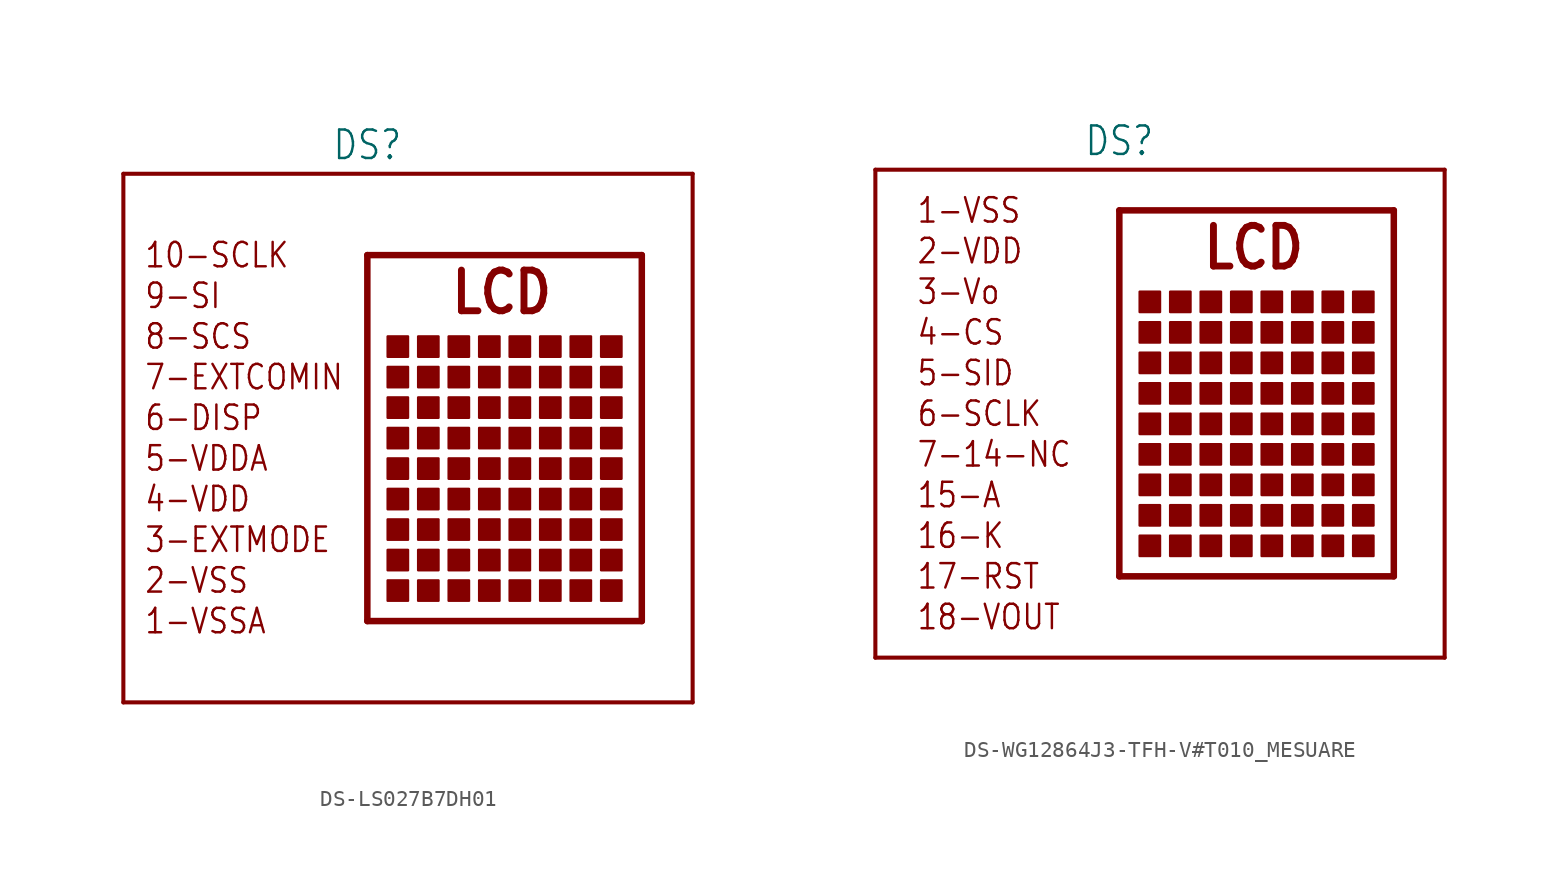
<source format=kicad_sym>
(kicad_symbol_lib
  (version 20231120)
  (generator "kicad_symbol_editor")
  (generator_version "8.0")
  (symbol "DS-LS027B7DH01"
    (property "Reference" "DS"
      (at 0 18.542 0)
      (effects (font (size 1.778 1.511)) (justify bottom)))
    (property "Value" ""
      (at 0 -16.002 0)
      (effects (font (size 1.778 1.511)) (justify top)))
    (property "ki_locked" ""
      (at 0 0 0)
      (effects (font (size 1.27 1.27))))
    (symbol "DS-LS027B7DH01_1_0"
      (polyline (pts (xy -15.24 -15.24) (xy -15.24 17.78)) (stroke (width 0.254) (type solid)) (fill (type none)))
      (polyline (pts (xy -15.24 17.78) (xy 20.32 17.78)) (stroke (width 0.254) (type solid)) (fill (type none)))
      (polyline (pts (xy 0 -10.16) (xy 17.145 -10.16)) (stroke (width 0.406) (type solid)) (fill (type none)))
      (polyline (pts (xy 0 12.7) (xy 0 -10.16)) (stroke (width 0.406) (type solid)) (fill (type none)))
      (polyline (pts (xy 17.145 -10.16) (xy 17.145 12.7)) (stroke (width 0.406) (type solid)) (fill (type none)))
      (polyline (pts (xy 17.145 12.7) (xy 0 12.7)) (stroke (width 0.406) (type solid)) (fill (type none)))
      (polyline (pts (xy 20.32 -15.24) (xy -15.24 -15.24)) (stroke (width 0.254) (type solid)) (fill (type none)))
      (polyline (pts (xy 20.32 17.78) (xy 20.32 -15.24)) (stroke (width 0.254) (type solid)) (fill (type none)))
      (rectangle (start 1.27 -8.89) (end 2.54 -7.62) (stroke (width 0) (type default)) (fill (type outline)))
      (rectangle (start 1.27 -6.985) (end 2.54 -5.715) (stroke (width 0) (type default)) (fill (type outline)))
      (rectangle (start 1.27 -5.08) (end 2.54 -3.81) (stroke (width 0) (type default)) (fill (type outline)))
      (rectangle (start 1.27 -3.175) (end 2.54 -1.905) (stroke (width 0) (type default)) (fill (type outline)))
      (rectangle (start 1.27 -1.27) (end 2.54 0) (stroke (width 0) (type default)) (fill (type outline)))
      (rectangle (start 1.27 0.635) (end 2.54 1.905) (stroke (width 0) (type default)) (fill (type outline)))
      (rectangle (start 1.27 2.54) (end 2.54 3.81) (stroke (width 0) (type default)) (fill (type outline)))
      (rectangle (start 1.27 4.445) (end 2.54 5.715) (stroke (width 0) (type default)) (fill (type outline)))
      (rectangle (start 1.27 6.35) (end 2.54 7.62) (stroke (width 0) (type default)) (fill (type outline)))
      (rectangle (start 3.175 -8.89) (end 4.445 -7.62) (stroke (width 0) (type default)) (fill (type outline)))
      (rectangle (start 3.175 -6.985) (end 4.445 -5.715) (stroke (width 0) (type default)) (fill (type outline)))
      (rectangle (start 3.175 -5.08) (end 4.445 -3.81) (stroke (width 0) (type default)) (fill (type outline)))
      (rectangle (start 3.175 -3.175) (end 4.445 -1.905) (stroke (width 0) (type default)) (fill (type outline)))
      (rectangle (start 3.175 -1.27) (end 4.445 0) (stroke (width 0) (type default)) (fill (type outline)))
      (rectangle (start 3.175 0.635) (end 4.445 1.905) (stroke (width 0) (type default)) (fill (type outline)))
      (rectangle (start 3.175 2.54) (end 4.445 3.81) (stroke (width 0) (type default)) (fill (type outline)))
      (rectangle (start 3.175 4.445) (end 4.445 5.715) (stroke (width 0) (type default)) (fill (type outline)))
      (rectangle (start 3.175 6.35) (end 4.445 7.62) (stroke (width 0) (type default)) (fill (type outline)))
      (rectangle (start 5.08 -8.89) (end 6.35 -7.62) (stroke (width 0) (type default)) (fill (type outline)))
      (rectangle (start 5.08 -6.985) (end 6.35 -5.715) (stroke (width 0) (type default)) (fill (type outline)))
      (rectangle (start 5.08 -5.08) (end 6.35 -3.81) (stroke (width 0) (type default)) (fill (type outline)))
      (rectangle (start 5.08 -3.175) (end 6.35 -1.905) (stroke (width 0) (type default)) (fill (type outline)))
      (rectangle (start 5.08 -1.27) (end 6.35 0) (stroke (width 0) (type default)) (fill (type outline)))
      (rectangle (start 5.08 0.635) (end 6.35 1.905) (stroke (width 0) (type default)) (fill (type outline)))
      (rectangle (start 5.08 2.54) (end 6.35 3.81) (stroke (width 0) (type default)) (fill (type outline)))
      (rectangle (start 5.08 4.445) (end 6.35 5.715) (stroke (width 0) (type default)) (fill (type outline)))
      (rectangle (start 5.08 6.35) (end 6.35 7.62) (stroke (width 0) (type default)) (fill (type outline)))
      (rectangle (start 6.985 -8.89) (end 8.255 -7.62) (stroke (width 0) (type default)) (fill (type outline)))
      (rectangle (start 6.985 -6.985) (end 8.255 -5.715) (stroke (width 0) (type default)) (fill (type outline)))
      (rectangle (start 6.985 -5.08) (end 8.255 -3.81) (stroke (width 0) (type default)) (fill (type outline)))
      (rectangle (start 6.985 -3.175) (end 8.255 -1.905) (stroke (width 0) (type default)) (fill (type outline)))
      (rectangle (start 6.985 -1.27) (end 8.255 0) (stroke (width 0) (type default)) (fill (type outline)))
      (rectangle (start 6.985 0.635) (end 8.255 1.905) (stroke (width 0) (type default)) (fill (type outline)))
      (rectangle (start 6.985 2.54) (end 8.255 3.81) (stroke (width 0) (type default)) (fill (type outline)))
      (rectangle (start 6.985 4.445) (end 8.255 5.715) (stroke (width 0) (type default)) (fill (type outline)))
      (rectangle (start 6.985 6.35) (end 8.255 7.62) (stroke (width 0) (type default)) (fill (type outline)))
      (rectangle (start 8.89 -8.89) (end 10.16 -7.62) (stroke (width 0) (type default)) (fill (type outline)))
      (rectangle (start 8.89 -6.985) (end 10.16 -5.715) (stroke (width 0) (type default)) (fill (type outline)))
      (rectangle (start 8.89 -5.08) (end 10.16 -3.81) (stroke (width 0) (type default)) (fill (type outline)))
      (rectangle (start 8.89 -3.175) (end 10.16 -1.905) (stroke (width 0) (type default)) (fill (type outline)))
      (rectangle (start 8.89 -1.27) (end 10.16 0) (stroke (width 0) (type default)) (fill (type outline)))
      (rectangle (start 8.89 0.635) (end 10.16 1.905) (stroke (width 0) (type default)) (fill (type outline)))
      (rectangle (start 8.89 2.54) (end 10.16 3.81) (stroke (width 0) (type default)) (fill (type outline)))
      (rectangle (start 8.89 5.715) (end 10.16 4.445) (stroke (width 0) (type default)) (fill (type outline)))
      (rectangle (start 8.89 7.62) (end 10.16 6.35) (stroke (width 0) (type default)) (fill (type outline)))
      (rectangle (start 10.795 -8.89) (end 12.065 -7.62) (stroke (width 0) (type default)) (fill (type outline)))
      (rectangle (start 10.795 -6.985) (end 12.065 -5.715) (stroke (width 0) (type default)) (fill (type outline)))
      (rectangle (start 10.795 -5.08) (end 12.065 -3.81) (stroke (width 0) (type default)) (fill (type outline)))
      (rectangle (start 10.795 -3.175) (end 12.065 -1.905) (stroke (width 0) (type default)) (fill (type outline)))
      (rectangle (start 10.795 -1.27) (end 12.065 0) (stroke (width 0) (type default)) (fill (type outline)))
      (rectangle (start 10.795 0.635) (end 12.065 1.905) (stroke (width 0) (type default)) (fill (type outline)))
      (rectangle (start 10.795 2.54) (end 12.065 3.81) (stroke (width 0) (type default)) (fill (type outline)))
      (rectangle (start 10.795 5.715) (end 12.065 4.445) (stroke (width 0) (type default)) (fill (type outline)))
      (rectangle (start 10.795 7.62) (end 12.065 6.35) (stroke (width 0) (type default)) (fill (type outline)))
      (rectangle (start 12.7 -8.89) (end 13.97 -7.62) (stroke (width 0) (type default)) (fill (type outline)))
      (rectangle (start 12.7 -6.985) (end 13.97 -5.715) (stroke (width 0) (type default)) (fill (type outline)))
      (rectangle (start 12.7 -5.08) (end 13.97 -3.81) (stroke (width 0) (type default)) (fill (type outline)))
      (rectangle (start 12.7 -3.175) (end 13.97 -1.905) (stroke (width 0) (type default)) (fill (type outline)))
      (rectangle (start 12.7 -1.27) (end 13.97 0) (stroke (width 0) (type default)) (fill (type outline)))
      (rectangle (start 12.7 0.635) (end 13.97 1.905) (stroke (width 0) (type default)) (fill (type outline)))
      (rectangle (start 12.7 2.54) (end 13.97 3.81) (stroke (width 0) (type default)) (fill (type outline)))
      (rectangle (start 12.7 5.715) (end 13.97 4.445) (stroke (width 0) (type default)) (fill (type outline)))
      (rectangle (start 12.7 7.62) (end 13.97 6.35) (stroke (width 0) (type default)) (fill (type outline)))
      (rectangle (start 14.605 -8.89) (end 15.875 -7.62) (stroke (width 0) (type default)) (fill (type outline)))
      (rectangle (start 14.605 -6.985) (end 15.875 -5.715) (stroke (width 0) (type default)) (fill (type outline)))
      (rectangle (start 14.605 -5.08) (end 15.875 -3.81) (stroke (width 0) (type default)) (fill (type outline)))
      (rectangle (start 14.605 -3.175) (end 15.875 -1.905) (stroke (width 0) (type default)) (fill (type outline)))
      (rectangle (start 14.605 -1.27) (end 15.875 0) (stroke (width 0) (type default)) (fill (type outline)))
      (rectangle (start 14.605 0.635) (end 15.875 1.905) (stroke (width 0) (type default)) (fill (type outline)))
      (rectangle (start 14.605 2.54) (end 15.875 3.81) (stroke (width 0) (type default)) (fill (type outline)))
      (rectangle (start 14.605 5.715) (end 15.875 4.445) (stroke (width 0) (type default)) (fill (type outline)))
      (rectangle (start 14.605 7.62) (end 15.875 6.35) (stroke (width 0) (type default)) (fill (type outline)))
      (text "1-VSSA" (at -13.97 -10.16 0) (effects (font (size 1.524 1.295)) (justify left)))
      (text "10-SCLK" (at -13.97 12.7 0) (effects (font (size 1.524 1.295)) (justify left)))
      (text "2-VSS" (at -13.97 -7.62 0) (effects (font (size 1.524 1.295)) (justify left)))
      (text "3-EXTMODE" (at -13.97 -5.08 0) (effects (font (size 1.524 1.295)) (justify left)))
      (text "4-VDD" (at -13.97 -2.54 0) (effects (font (size 1.524 1.295)) (justify left)))
      (text "5-VDDA" (at -13.97 0 0) (effects (font (size 1.524 1.295)) (justify left)))
      (text "6-DISP" (at -13.97 2.54 0) (effects (font (size 1.524 1.295)) (justify left)))
      (text "7-EXTCOMIN" (at -13.97 5.08 0) (effects (font (size 1.524 1.295)) (justify left)))
      (text "8-SCS" (at -13.97 7.62 0) (effects (font (size 1.524 1.295)) (justify left)))
      (text "9-SI" (at -13.97 10.16 0) (effects (font (size 1.524 1.295)) (justify left)))
      (text "LCD" (at 5.08 8.89 0) (effects (font (size 2.54 2.159) (thickness 0.432) (bold yes)) (justify left bottom)))))
  (symbol "DS-WG12864J3-TFH-V#T010_MESUARE"
    (property "Reference" "DS"
      (at 0 16.002 0)
      (effects (font (size 1.778 1.511)) (justify bottom)))
    (property "Value" ""
      (at 0 -16.002 0)
      (effects (font (size 1.778 1.511)) (justify top)))
    (property "ki_locked" ""
      (at 0 0 0)
      (effects (font (size 1.27 1.27))))
    (symbol "DS-WG12864J3-TFH-V#T010_MESUARE_1_0"
      (polyline (pts (xy -15.24 -15.24) (xy -15.24 15.24)) (stroke (width 0.254) (type solid)) (fill (type none)))
      (polyline (pts (xy -15.24 15.24) (xy 20.32 15.24)) (stroke (width 0.254) (type solid)) (fill (type none)))
      (polyline (pts (xy 0 -10.16) (xy 17.145 -10.16)) (stroke (width 0.406) (type solid)) (fill (type none)))
      (polyline (pts (xy 0 12.7) (xy 0 -10.16)) (stroke (width 0.406) (type solid)) (fill (type none)))
      (polyline (pts (xy 17.145 -10.16) (xy 17.145 12.7)) (stroke (width 0.406) (type solid)) (fill (type none)))
      (polyline (pts (xy 17.145 12.7) (xy 0 12.7)) (stroke (width 0.406) (type solid)) (fill (type none)))
      (polyline (pts (xy 20.32 -15.24) (xy -15.24 -15.24)) (stroke (width 0.254) (type solid)) (fill (type none)))
      (polyline (pts (xy 20.32 15.24) (xy 20.32 -15.24)) (stroke (width 0.254) (type solid)) (fill (type none)))
      (rectangle (start 1.27 -8.89) (end 2.54 -7.62) (stroke (width 0) (type default)) (fill (type outline)))
      (rectangle (start 1.27 -6.985) (end 2.54 -5.715) (stroke (width 0) (type default)) (fill (type outline)))
      (rectangle (start 1.27 -5.08) (end 2.54 -3.81) (stroke (width 0) (type default)) (fill (type outline)))
      (rectangle (start 1.27 -3.175) (end 2.54 -1.905) (stroke (width 0) (type default)) (fill (type outline)))
      (rectangle (start 1.27 -1.27) (end 2.54 0) (stroke (width 0) (type default)) (fill (type outline)))
      (rectangle (start 1.27 0.635) (end 2.54 1.905) (stroke (width 0) (type default)) (fill (type outline)))
      (rectangle (start 1.27 2.54) (end 2.54 3.81) (stroke (width 0) (type default)) (fill (type outline)))
      (rectangle (start 1.27 4.445) (end 2.54 5.715) (stroke (width 0) (type default)) (fill (type outline)))
      (rectangle (start 1.27 6.35) (end 2.54 7.62) (stroke (width 0) (type default)) (fill (type outline)))
      (rectangle (start 3.175 -8.89) (end 4.445 -7.62) (stroke (width 0) (type default)) (fill (type outline)))
      (rectangle (start 3.175 -6.985) (end 4.445 -5.715) (stroke (width 0) (type default)) (fill (type outline)))
      (rectangle (start 3.175 -5.08) (end 4.445 -3.81) (stroke (width 0) (type default)) (fill (type outline)))
      (rectangle (start 3.175 -3.175) (end 4.445 -1.905) (stroke (width 0) (type default)) (fill (type outline)))
      (rectangle (start 3.175 -1.27) (end 4.445 0) (stroke (width 0) (type default)) (fill (type outline)))
      (rectangle (start 3.175 0.635) (end 4.445 1.905) (stroke (width 0) (type default)) (fill (type outline)))
      (rectangle (start 3.175 2.54) (end 4.445 3.81) (stroke (width 0) (type default)) (fill (type outline)))
      (rectangle (start 3.175 4.445) (end 4.445 5.715) (stroke (width 0) (type default)) (fill (type outline)))
      (rectangle (start 3.175 6.35) (end 4.445 7.62) (stroke (width 0) (type default)) (fill (type outline)))
      (rectangle (start 5.08 -8.89) (end 6.35 -7.62) (stroke (width 0) (type default)) (fill (type outline)))
      (rectangle (start 5.08 -6.985) (end 6.35 -5.715) (stroke (width 0) (type default)) (fill (type outline)))
      (rectangle (start 5.08 -5.08) (end 6.35 -3.81) (stroke (width 0) (type default)) (fill (type outline)))
      (rectangle (start 5.08 -3.175) (end 6.35 -1.905) (stroke (width 0) (type default)) (fill (type outline)))
      (rectangle (start 5.08 -1.27) (end 6.35 0) (stroke (width 0) (type default)) (fill (type outline)))
      (rectangle (start 5.08 0.635) (end 6.35 1.905) (stroke (width 0) (type default)) (fill (type outline)))
      (rectangle (start 5.08 2.54) (end 6.35 3.81) (stroke (width 0) (type default)) (fill (type outline)))
      (rectangle (start 5.08 4.445) (end 6.35 5.715) (stroke (width 0) (type default)) (fill (type outline)))
      (rectangle (start 5.08 6.35) (end 6.35 7.62) (stroke (width 0) (type default)) (fill (type outline)))
      (rectangle (start 6.985 -8.89) (end 8.255 -7.62) (stroke (width 0) (type default)) (fill (type outline)))
      (rectangle (start 6.985 -6.985) (end 8.255 -5.715) (stroke (width 0) (type default)) (fill (type outline)))
      (rectangle (start 6.985 -5.08) (end 8.255 -3.81) (stroke (width 0) (type default)) (fill (type outline)))
      (rectangle (start 6.985 -3.175) (end 8.255 -1.905) (stroke (width 0) (type default)) (fill (type outline)))
      (rectangle (start 6.985 -1.27) (end 8.255 0) (stroke (width 0) (type default)) (fill (type outline)))
      (rectangle (start 6.985 0.635) (end 8.255 1.905) (stroke (width 0) (type default)) (fill (type outline)))
      (rectangle (start 6.985 2.54) (end 8.255 3.81) (stroke (width 0) (type default)) (fill (type outline)))
      (rectangle (start 6.985 4.445) (end 8.255 5.715) (stroke (width 0) (type default)) (fill (type outline)))
      (rectangle (start 6.985 6.35) (end 8.255 7.62) (stroke (width 0) (type default)) (fill (type outline)))
      (rectangle (start 8.89 -8.89) (end 10.16 -7.62) (stroke (width 0) (type default)) (fill (type outline)))
      (rectangle (start 8.89 -6.985) (end 10.16 -5.715) (stroke (width 0) (type default)) (fill (type outline)))
      (rectangle (start 8.89 -5.08) (end 10.16 -3.81) (stroke (width 0) (type default)) (fill (type outline)))
      (rectangle (start 8.89 -3.175) (end 10.16 -1.905) (stroke (width 0) (type default)) (fill (type outline)))
      (rectangle (start 8.89 -1.27) (end 10.16 0) (stroke (width 0) (type default)) (fill (type outline)))
      (rectangle (start 8.89 0.635) (end 10.16 1.905) (stroke (width 0) (type default)) (fill (type outline)))
      (rectangle (start 8.89 2.54) (end 10.16 3.81) (stroke (width 0) (type default)) (fill (type outline)))
      (rectangle (start 8.89 5.715) (end 10.16 4.445) (stroke (width 0) (type default)) (fill (type outline)))
      (rectangle (start 8.89 7.62) (end 10.16 6.35) (stroke (width 0) (type default)) (fill (type outline)))
      (rectangle (start 10.795 -8.89) (end 12.065 -7.62) (stroke (width 0) (type default)) (fill (type outline)))
      (rectangle (start 10.795 -6.985) (end 12.065 -5.715) (stroke (width 0) (type default)) (fill (type outline)))
      (rectangle (start 10.795 -5.08) (end 12.065 -3.81) (stroke (width 0) (type default)) (fill (type outline)))
      (rectangle (start 10.795 -3.175) (end 12.065 -1.905) (stroke (width 0) (type default)) (fill (type outline)))
      (rectangle (start 10.795 -1.27) (end 12.065 0) (stroke (width 0) (type default)) (fill (type outline)))
      (rectangle (start 10.795 0.635) (end 12.065 1.905) (stroke (width 0) (type default)) (fill (type outline)))
      (rectangle (start 10.795 2.54) (end 12.065 3.81) (stroke (width 0) (type default)) (fill (type outline)))
      (rectangle (start 10.795 5.715) (end 12.065 4.445) (stroke (width 0) (type default)) (fill (type outline)))
      (rectangle (start 10.795 7.62) (end 12.065 6.35) (stroke (width 0) (type default)) (fill (type outline)))
      (rectangle (start 12.7 -8.89) (end 13.97 -7.62) (stroke (width 0) (type default)) (fill (type outline)))
      (rectangle (start 12.7 -6.985) (end 13.97 -5.715) (stroke (width 0) (type default)) (fill (type outline)))
      (rectangle (start 12.7 -5.08) (end 13.97 -3.81) (stroke (width 0) (type default)) (fill (type outline)))
      (rectangle (start 12.7 -3.175) (end 13.97 -1.905) (stroke (width 0) (type default)) (fill (type outline)))
      (rectangle (start 12.7 -1.27) (end 13.97 0) (stroke (width 0) (type default)) (fill (type outline)))
      (rectangle (start 12.7 0.635) (end 13.97 1.905) (stroke (width 0) (type default)) (fill (type outline)))
      (rectangle (start 12.7 2.54) (end 13.97 3.81) (stroke (width 0) (type default)) (fill (type outline)))
      (rectangle (start 12.7 5.715) (end 13.97 4.445) (stroke (width 0) (type default)) (fill (type outline)))
      (rectangle (start 12.7 7.62) (end 13.97 6.35) (stroke (width 0) (type default)) (fill (type outline)))
      (rectangle (start 14.605 -8.89) (end 15.875 -7.62) (stroke (width 0) (type default)) (fill (type outline)))
      (rectangle (start 14.605 -6.985) (end 15.875 -5.715) (stroke (width 0) (type default)) (fill (type outline)))
      (rectangle (start 14.605 -5.08) (end 15.875 -3.81) (stroke (width 0) (type default)) (fill (type outline)))
      (rectangle (start 14.605 -3.175) (end 15.875 -1.905) (stroke (width 0) (type default)) (fill (type outline)))
      (rectangle (start 14.605 -1.27) (end 15.875 0) (stroke (width 0) (type default)) (fill (type outline)))
      (rectangle (start 14.605 0.635) (end 15.875 1.905) (stroke (width 0) (type default)) (fill (type outline)))
      (rectangle (start 14.605 2.54) (end 15.875 3.81) (stroke (width 0) (type default)) (fill (type outline)))
      (rectangle (start 14.605 5.715) (end 15.875 4.445) (stroke (width 0) (type default)) (fill (type outline)))
      (rectangle (start 14.605 7.62) (end 15.875 6.35) (stroke (width 0) (type default)) (fill (type outline)))
      (text "1-VSS" (at -12.7 12.7 0) (effects (font (size 1.524 1.295)) (justify left)))
      (text "15-A" (at -12.7 -5.08 0) (effects (font (size 1.524 1.295)) (justify left)))
      (text "16-K" (at -12.7 -7.62 0) (effects (font (size 1.524 1.295)) (justify left)))
      (text "17-RST" (at -12.7 -10.16 0) (effects (font (size 1.524 1.295)) (justify left)))
      (text "18-VOUT" (at -12.7 -12.7 0) (effects (font (size 1.524 1.295)) (justify left)))
      (text "2-VDD" (at -12.7 10.16 0) (effects (font (size 1.524 1.295)) (justify left)))
      (text "3-Vo" (at -12.7 7.62 0) (effects (font (size 1.524 1.295)) (justify left)))
      (text "4-CS" (at -12.7 5.08 0) (effects (font (size 1.524 1.295)) (justify left)))
      (text "5-SID" (at -12.7 2.54 0) (effects (font (size 1.524 1.295)) (justify left)))
      (text "6-SCLK" (at -12.7 0 0) (effects (font (size 1.524 1.295)) (justify left)))
      (text "7-14-NC" (at -12.7 -2.54 0) (effects (font (size 1.524 1.295)) (justify left)))
      (text "LCD" (at 5.08 8.89 0) (effects (font (size 2.54 2.159) (thickness 0.432) (bold yes)) (justify left bottom))))))
</source>
